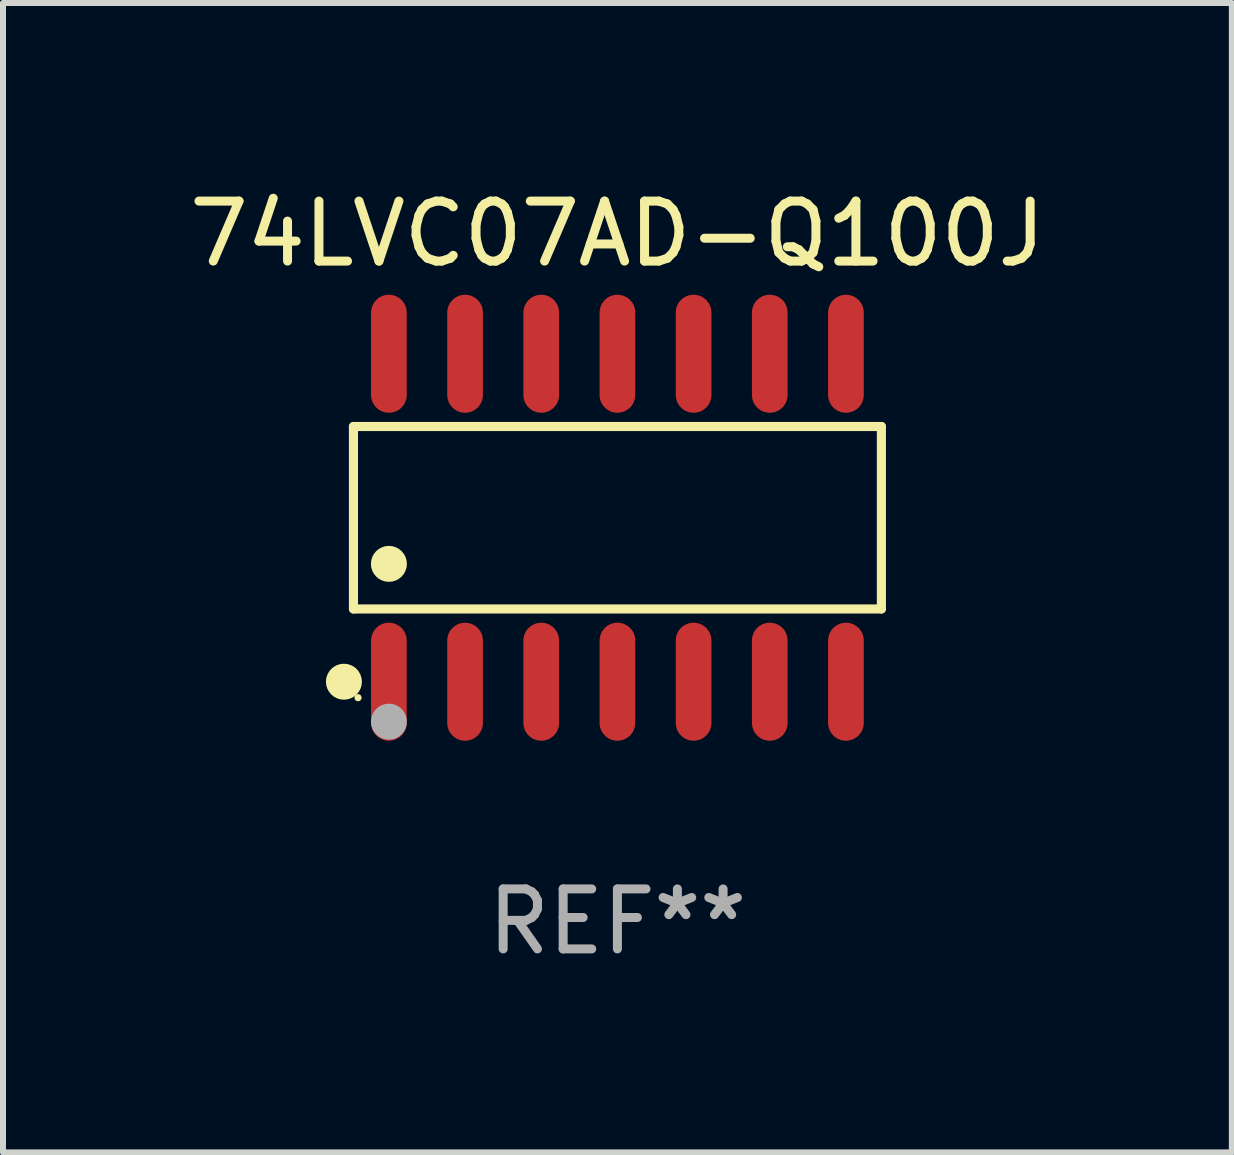
<source format=kicad_pcb>
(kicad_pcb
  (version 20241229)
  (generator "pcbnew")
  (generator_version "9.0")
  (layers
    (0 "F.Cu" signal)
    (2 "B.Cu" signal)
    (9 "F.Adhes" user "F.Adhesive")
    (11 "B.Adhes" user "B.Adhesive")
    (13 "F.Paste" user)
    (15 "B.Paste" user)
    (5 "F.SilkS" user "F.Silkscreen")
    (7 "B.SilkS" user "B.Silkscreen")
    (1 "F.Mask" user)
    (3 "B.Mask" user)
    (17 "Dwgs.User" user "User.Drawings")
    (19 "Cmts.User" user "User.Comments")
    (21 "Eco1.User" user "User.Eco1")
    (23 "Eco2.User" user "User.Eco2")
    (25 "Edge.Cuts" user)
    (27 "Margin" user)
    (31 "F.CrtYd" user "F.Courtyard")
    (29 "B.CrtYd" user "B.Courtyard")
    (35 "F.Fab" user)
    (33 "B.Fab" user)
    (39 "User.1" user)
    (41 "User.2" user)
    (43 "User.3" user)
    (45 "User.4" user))
  (footprint "74LVC07AD-Q100J"
    (layer "F.Cu")
    (at 7.244 5.582)
    (property "Reference" "74LVC07AD-Q100J" (at 0 -4.734 0) (layer "F.SilkS") (effects (font (size 1 1) (thickness 0.15))))
    (attr through_hole)
    (fp_line (start -4.401 -1.521) (end 4.401 -1.521) (stroke (width 0.152) (type solid)) (layer "F.SilkS"))
    (fp_line (start -4.401 1.521) (end -4.401 -1.521) (stroke (width 0.152) (type solid)) (layer "F.SilkS"))
    (fp_line (start 4.401 -1.521) (end 4.401 1.521) (stroke (width 0.152) (type solid)) (layer "F.SilkS"))
    (fp_line (start 4.401 1.521) (end -4.401 1.521) (stroke (width 0.152) (type solid)) (layer "F.SilkS"))
    (fp_circle (center -4.56 2.734) (end -4.41 2.734) (stroke (width 0.3) (type solid)) (fill no) (layer "F.SilkS"))
    (fp_circle (center -4.325 3) (end -4.295 3) (stroke (width 0.06) (type solid)) (fill no) (layer "F.SilkS"))
    (fp_circle (center -3.81 0.769) (end -3.66 0.769) (stroke (width 0.3) (type solid)) (fill no) (layer "F.SilkS"))
    (fp_circle (center -3.81 3.4) (end -3.66 3.4) (stroke (width 0.3) (type solid)) (fill no) (layer "F.Fab"))
    (fp_text user "REF**" (at 0 6.734 0) (layer "F.Fab") (effects (font (size 1 1) (thickness 0.15))))
    (pad "1" smd oval (at -3.81 2.734) (size 0.595 1.968) (layers "F.Cu" "F.Mask" "F.Paste"))
    (pad "2" smd oval (at -2.54 2.734) (size 0.595 1.968) (layers "F.Cu" "F.Mask" "F.Paste"))
    (pad "3" smd oval (at -1.27 2.734) (size 0.595 1.968) (layers "F.Cu" "F.Mask" "F.Paste"))
    (pad "4" smd oval (at 0 2.734) (size 0.595 1.968) (layers "F.Cu" "F.Mask" "F.Paste"))
    (pad "5" smd oval (at 1.27 2.734) (size 0.595 1.968) (layers "F.Cu" "F.Mask" "F.Paste"))
    (pad "6" smd oval (at 2.54 2.734) (size 0.595 1.968) (layers "F.Cu" "F.Mask" "F.Paste"))
    (pad "7" smd oval (at 3.81 2.734) (size 0.595 1.968) (layers "F.Cu" "F.Mask" "F.Paste"))
    (pad "8" smd oval (at 3.81 -2.734) (size 0.595 1.968) (layers "F.Cu" "F.Mask" "F.Paste"))
    (pad "9" smd oval (at 2.54 -2.734) (size 0.595 1.968) (layers "F.Cu" "F.Mask" "F.Paste"))
    (pad "10" smd oval (at 1.27 -2.734) (size 0.595 1.968) (layers "F.Cu" "F.Mask" "F.Paste"))
    (pad "11" smd oval (at 0 -2.734) (size 0.595 1.968) (layers "F.Cu" "F.Mask" "F.Paste"))
    (pad "12" smd oval (at -1.27 -2.734) (size 0.595 1.968) (layers "F.Cu" "F.Mask" "F.Paste"))
    (pad "13" smd oval (at -2.54 -2.734) (size 0.595 1.968) (layers "F.Cu" "F.Mask" "F.Paste"))
    (pad "14" smd oval (at -3.81 -2.734) (size 0.595 1.968) (layers "F.Cu" "F.Mask" "F.Paste")))
  (gr_rect
    (start -3 -3)
    (end 17.488 16.164)
    (stroke (width 0.1) (type default))
    (fill no)
    (layer "Edge.Cuts")))
</source>
